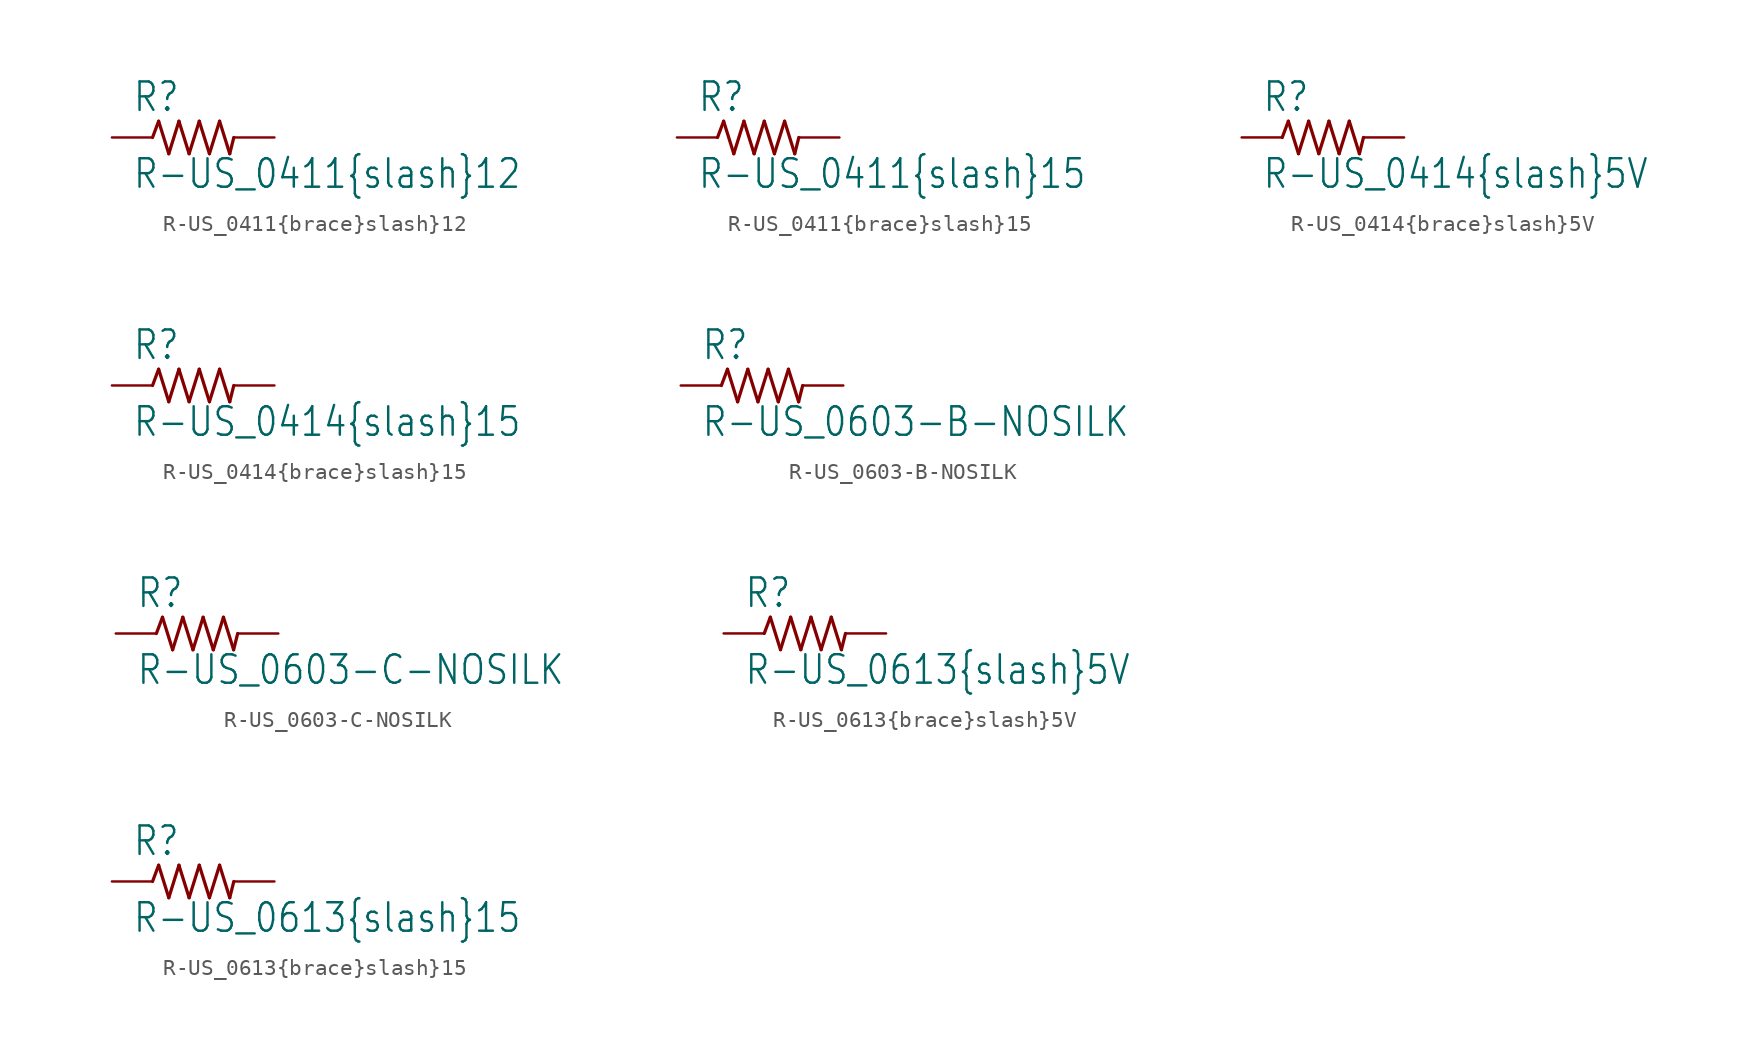
<source format=kicad_sym>
(kicad_symbol_lib
  (version 20210619)
  (generator kicad_symbol_editor)
  (symbol "R-US_0411{brace}slash}12"
    (property "Reference" "R"
      (at -3.81 1.499 0)
      (effects (font (size 1.778 1.511)) (justify left bottom)))
    (property "Value" "R-US_0411{brace}slash}12"
      (at -3.81 -3.302 0)
      (effects (font (size 1.778 1.511)) (justify left bottom)))
    (property "ki_locked" ""
      (at 0 0 0)
      (effects (font (size 1.27 1.27))))
    (symbol "R-US_0411{brace}slash}12_1_0"
      (polyline (pts (xy -2.54 0) (xy -2.159 1.016)) (stroke (width 0.203)) (fill (type none)))
      (polyline (pts (xy -2.159 1.016) (xy -1.524 -1.016)) (stroke (width 0.203)) (fill (type none)))
      (polyline (pts (xy -1.524 -1.016) (xy -0.889 1.016)) (stroke (width 0.203)) (fill (type none)))
      (polyline (pts (xy -0.889 1.016) (xy -0.254 -1.016)) (stroke (width 0.203)) (fill (type none)))
      (polyline (pts (xy -0.254 -1.016) (xy 0.381 1.016)) (stroke (width 0.203)) (fill (type none)))
      (polyline (pts (xy 0.381 1.016) (xy 1.016 -1.016)) (stroke (width 0.203)) (fill (type none)))
      (polyline (pts (xy 1.016 -1.016) (xy 1.651 1.016)) (stroke (width 0.203)) (fill (type none)))
      (polyline (pts (xy 1.651 1.016) (xy 2.286 -1.016)) (stroke (width 0.203)) (fill (type none)))
      (polyline (pts (xy 2.286 -1.016) (xy 2.54 0)) (stroke (width 0.203)) (fill (type none)))
      (pin passive line (at -5.08 0 0) (length 2.54) (name "1" (effects (font (size 0 0)))) (number "1" (effects (font (size 0 0)))))
      (pin passive line (at 5.08 0 180) (length 2.54) (name "2" (effects (font (size 0 0)))) (number "2" (effects (font (size 0 0)))))))
  (symbol "R-US_0411{brace}slash}15"
    (property "Reference" "R"
      (at -3.81 1.499 0)
      (effects (font (size 1.778 1.511)) (justify left bottom)))
    (property "Value" "R-US_0411{brace}slash}15"
      (at -3.81 -3.302 0)
      (effects (font (size 1.778 1.511)) (justify left bottom)))
    (property "ki_locked" ""
      (at 0 0 0)
      (effects (font (size 1.27 1.27))))
    (symbol "R-US_0411{brace}slash}15_1_0"
      (polyline (pts (xy -2.54 0) (xy -2.159 1.016)) (stroke (width 0.203)) (fill (type none)))
      (polyline (pts (xy -2.159 1.016) (xy -1.524 -1.016)) (stroke (width 0.203)) (fill (type none)))
      (polyline (pts (xy -1.524 -1.016) (xy -0.889 1.016)) (stroke (width 0.203)) (fill (type none)))
      (polyline (pts (xy -0.889 1.016) (xy -0.254 -1.016)) (stroke (width 0.203)) (fill (type none)))
      (polyline (pts (xy -0.254 -1.016) (xy 0.381 1.016)) (stroke (width 0.203)) (fill (type none)))
      (polyline (pts (xy 0.381 1.016) (xy 1.016 -1.016)) (stroke (width 0.203)) (fill (type none)))
      (polyline (pts (xy 1.016 -1.016) (xy 1.651 1.016)) (stroke (width 0.203)) (fill (type none)))
      (polyline (pts (xy 1.651 1.016) (xy 2.286 -1.016)) (stroke (width 0.203)) (fill (type none)))
      (polyline (pts (xy 2.286 -1.016) (xy 2.54 0)) (stroke (width 0.203)) (fill (type none)))
      (pin passive line (at -5.08 0 0) (length 2.54) (name "1" (effects (font (size 0 0)))) (number "1" (effects (font (size 0 0)))))
      (pin passive line (at 5.08 0 180) (length 2.54) (name "2" (effects (font (size 0 0)))) (number "2" (effects (font (size 0 0)))))))
  (symbol "R-US_0414{brace}slash}5V"
    (property "Reference" "R"
      (at -3.81 1.499 0)
      (effects (font (size 1.778 1.511)) (justify left bottom)))
    (property "Value" "R-US_0414{brace}slash}5V"
      (at -3.81 -3.302 0)
      (effects (font (size 1.778 1.511)) (justify left bottom)))
    (property "ki_locked" ""
      (at 0 0 0)
      (effects (font (size 1.27 1.27))))
    (symbol "R-US_0414{brace}slash}5V_1_0"
      (polyline (pts (xy -2.54 0) (xy -2.159 1.016)) (stroke (width 0.203)) (fill (type none)))
      (polyline (pts (xy -2.159 1.016) (xy -1.524 -1.016)) (stroke (width 0.203)) (fill (type none)))
      (polyline (pts (xy -1.524 -1.016) (xy -0.889 1.016)) (stroke (width 0.203)) (fill (type none)))
      (polyline (pts (xy -0.889 1.016) (xy -0.254 -1.016)) (stroke (width 0.203)) (fill (type none)))
      (polyline (pts (xy -0.254 -1.016) (xy 0.381 1.016)) (stroke (width 0.203)) (fill (type none)))
      (polyline (pts (xy 0.381 1.016) (xy 1.016 -1.016)) (stroke (width 0.203)) (fill (type none)))
      (polyline (pts (xy 1.016 -1.016) (xy 1.651 1.016)) (stroke (width 0.203)) (fill (type none)))
      (polyline (pts (xy 1.651 1.016) (xy 2.286 -1.016)) (stroke (width 0.203)) (fill (type none)))
      (polyline (pts (xy 2.286 -1.016) (xy 2.54 0)) (stroke (width 0.203)) (fill (type none)))
      (pin passive line (at -5.08 0 0) (length 2.54) (name "1" (effects (font (size 0 0)))) (number "1" (effects (font (size 0 0)))))
      (pin passive line (at 5.08 0 180) (length 2.54) (name "2" (effects (font (size 0 0)))) (number "2" (effects (font (size 0 0)))))))
  (symbol "R-US_0414{brace}slash}15"
    (property "Reference" "R"
      (at -3.81 1.499 0)
      (effects (font (size 1.778 1.511)) (justify left bottom)))
    (property "Value" "R-US_0414{brace}slash}15"
      (at -3.81 -3.302 0)
      (effects (font (size 1.778 1.511)) (justify left bottom)))
    (property "ki_locked" ""
      (at 0 0 0)
      (effects (font (size 1.27 1.27))))
    (symbol "R-US_0414{brace}slash}15_1_0"
      (polyline (pts (xy -2.54 0) (xy -2.159 1.016)) (stroke (width 0.203)) (fill (type none)))
      (polyline (pts (xy -2.159 1.016) (xy -1.524 -1.016)) (stroke (width 0.203)) (fill (type none)))
      (polyline (pts (xy -1.524 -1.016) (xy -0.889 1.016)) (stroke (width 0.203)) (fill (type none)))
      (polyline (pts (xy -0.889 1.016) (xy -0.254 -1.016)) (stroke (width 0.203)) (fill (type none)))
      (polyline (pts (xy -0.254 -1.016) (xy 0.381 1.016)) (stroke (width 0.203)) (fill (type none)))
      (polyline (pts (xy 0.381 1.016) (xy 1.016 -1.016)) (stroke (width 0.203)) (fill (type none)))
      (polyline (pts (xy 1.016 -1.016) (xy 1.651 1.016)) (stroke (width 0.203)) (fill (type none)))
      (polyline (pts (xy 1.651 1.016) (xy 2.286 -1.016)) (stroke (width 0.203)) (fill (type none)))
      (polyline (pts (xy 2.286 -1.016) (xy 2.54 0)) (stroke (width 0.203)) (fill (type none)))
      (pin passive line (at -5.08 0 0) (length 2.54) (name "1" (effects (font (size 0 0)))) (number "1" (effects (font (size 0 0)))))
      (pin passive line (at 5.08 0 180) (length 2.54) (name "2" (effects (font (size 0 0)))) (number "2" (effects (font (size 0 0)))))))
  (symbol "R-US_0603-B-NOSILK"
    (property "Reference" "R"
      (at -3.81 1.499 0)
      (effects (font (size 1.778 1.511)) (justify left bottom)))
    (property "Value" "R-US_0603-B-NOSILK"
      (at -3.81 -3.302 0)
      (effects (font (size 1.778 1.511)) (justify left bottom)))
    (property "ki_locked" ""
      (at 0 0 0)
      (effects (font (size 1.27 1.27))))
    (symbol "R-US_0603-B-NOSILK_1_0"
      (polyline (pts (xy -2.54 0) (xy -2.159 1.016)) (stroke (width 0.203)) (fill (type none)))
      (polyline (pts (xy -2.159 1.016) (xy -1.524 -1.016)) (stroke (width 0.203)) (fill (type none)))
      (polyline (pts (xy -1.524 -1.016) (xy -0.889 1.016)) (stroke (width 0.203)) (fill (type none)))
      (polyline (pts (xy -0.889 1.016) (xy -0.254 -1.016)) (stroke (width 0.203)) (fill (type none)))
      (polyline (pts (xy -0.254 -1.016) (xy 0.381 1.016)) (stroke (width 0.203)) (fill (type none)))
      (polyline (pts (xy 0.381 1.016) (xy 1.016 -1.016)) (stroke (width 0.203)) (fill (type none)))
      (polyline (pts (xy 1.016 -1.016) (xy 1.651 1.016)) (stroke (width 0.203)) (fill (type none)))
      (polyline (pts (xy 1.651 1.016) (xy 2.286 -1.016)) (stroke (width 0.203)) (fill (type none)))
      (polyline (pts (xy 2.286 -1.016) (xy 2.54 0)) (stroke (width 0.203)) (fill (type none)))
      (pin passive line (at -5.08 0 0) (length 2.54) (name "1" (effects (font (size 0 0)))) (number "1" (effects (font (size 0 0)))))
      (pin passive line (at 5.08 0 180) (length 2.54) (name "2" (effects (font (size 0 0)))) (number "2" (effects (font (size 0 0)))))))
  (symbol "R-US_0603-C-NOSILK"
    (property "Reference" "R"
      (at -3.81 1.499 0)
      (effects (font (size 1.778 1.511)) (justify left bottom)))
    (property "Value" "R-US_0603-C-NOSILK"
      (at -3.81 -3.302 0)
      (effects (font (size 1.778 1.511)) (justify left bottom)))
    (property "ki_locked" ""
      (at 0 0 0)
      (effects (font (size 1.27 1.27))))
    (symbol "R-US_0603-C-NOSILK_1_0"
      (polyline (pts (xy -2.54 0) (xy -2.159 1.016)) (stroke (width 0.203)) (fill (type none)))
      (polyline (pts (xy -2.159 1.016) (xy -1.524 -1.016)) (stroke (width 0.203)) (fill (type none)))
      (polyline (pts (xy -1.524 -1.016) (xy -0.889 1.016)) (stroke (width 0.203)) (fill (type none)))
      (polyline (pts (xy -0.889 1.016) (xy -0.254 -1.016)) (stroke (width 0.203)) (fill (type none)))
      (polyline (pts (xy -0.254 -1.016) (xy 0.381 1.016)) (stroke (width 0.203)) (fill (type none)))
      (polyline (pts (xy 0.381 1.016) (xy 1.016 -1.016)) (stroke (width 0.203)) (fill (type none)))
      (polyline (pts (xy 1.016 -1.016) (xy 1.651 1.016)) (stroke (width 0.203)) (fill (type none)))
      (polyline (pts (xy 1.651 1.016) (xy 2.286 -1.016)) (stroke (width 0.203)) (fill (type none)))
      (polyline (pts (xy 2.286 -1.016) (xy 2.54 0)) (stroke (width 0.203)) (fill (type none)))
      (pin passive line (at -5.08 0 0) (length 2.54) (name "1" (effects (font (size 0 0)))) (number "1" (effects (font (size 0 0)))))
      (pin passive line (at 5.08 0 180) (length 2.54) (name "2" (effects (font (size 0 0)))) (number "2" (effects (font (size 0 0)))))))
  (symbol "R-US_0613{brace}slash}5V"
    (property "Reference" "R"
      (at -3.81 1.499 0)
      (effects (font (size 1.778 1.511)) (justify left bottom)))
    (property "Value" "R-US_0613{brace}slash}5V"
      (at -3.81 -3.302 0)
      (effects (font (size 1.778 1.511)) (justify left bottom)))
    (property "ki_locked" ""
      (at 0 0 0)
      (effects (font (size 1.27 1.27))))
    (symbol "R-US_0613{brace}slash}5V_1_0"
      (polyline (pts (xy -2.54 0) (xy -2.159 1.016)) (stroke (width 0.203)) (fill (type none)))
      (polyline (pts (xy -2.159 1.016) (xy -1.524 -1.016)) (stroke (width 0.203)) (fill (type none)))
      (polyline (pts (xy -1.524 -1.016) (xy -0.889 1.016)) (stroke (width 0.203)) (fill (type none)))
      (polyline (pts (xy -0.889 1.016) (xy -0.254 -1.016)) (stroke (width 0.203)) (fill (type none)))
      (polyline (pts (xy -0.254 -1.016) (xy 0.381 1.016)) (stroke (width 0.203)) (fill (type none)))
      (polyline (pts (xy 0.381 1.016) (xy 1.016 -1.016)) (stroke (width 0.203)) (fill (type none)))
      (polyline (pts (xy 1.016 -1.016) (xy 1.651 1.016)) (stroke (width 0.203)) (fill (type none)))
      (polyline (pts (xy 1.651 1.016) (xy 2.286 -1.016)) (stroke (width 0.203)) (fill (type none)))
      (polyline (pts (xy 2.286 -1.016) (xy 2.54 0)) (stroke (width 0.203)) (fill (type none)))
      (pin passive line (at -5.08 0 0) (length 2.54) (name "1" (effects (font (size 0 0)))) (number "1" (effects (font (size 0 0)))))
      (pin passive line (at 5.08 0 180) (length 2.54) (name "2" (effects (font (size 0 0)))) (number "2" (effects (font (size 0 0)))))))
  (symbol "R-US_0613{brace}slash}15"
    (property "Reference" "R"
      (at -3.81 1.499 0)
      (effects (font (size 1.778 1.511)) (justify left bottom)))
    (property "Value" "R-US_0613{brace}slash}15"
      (at -3.81 -3.302 0)
      (effects (font (size 1.778 1.511)) (justify left bottom)))
    (property "ki_locked" ""
      (at 0 0 0)
      (effects (font (size 1.27 1.27))))
    (symbol "R-US_0613{brace}slash}15_1_0"
      (polyline (pts (xy -2.54 0) (xy -2.159 1.016)) (stroke (width 0.203)) (fill (type none)))
      (polyline (pts (xy -2.159 1.016) (xy -1.524 -1.016)) (stroke (width 0.203)) (fill (type none)))
      (polyline (pts (xy -1.524 -1.016) (xy -0.889 1.016)) (stroke (width 0.203)) (fill (type none)))
      (polyline (pts (xy -0.889 1.016) (xy -0.254 -1.016)) (stroke (width 0.203)) (fill (type none)))
      (polyline (pts (xy -0.254 -1.016) (xy 0.381 1.016)) (stroke (width 0.203)) (fill (type none)))
      (polyline (pts (xy 0.381 1.016) (xy 1.016 -1.016)) (stroke (width 0.203)) (fill (type none)))
      (polyline (pts (xy 1.016 -1.016) (xy 1.651 1.016)) (stroke (width 0.203)) (fill (type none)))
      (polyline (pts (xy 1.651 1.016) (xy 2.286 -1.016)) (stroke (width 0.203)) (fill (type none)))
      (polyline (pts (xy 2.286 -1.016) (xy 2.54 0)) (stroke (width 0.203)) (fill (type none)))
      (pin passive line (at -5.08 0 0) (length 2.54) (name "1" (effects (font (size 0 0)))) (number "1" (effects (font (size 0 0)))))
      (pin passive line (at 5.08 0 180) (length 2.54) (name "2" (effects (font (size 0 0)))) (number "2" (effects (font (size 0 0))))))))
</source>
